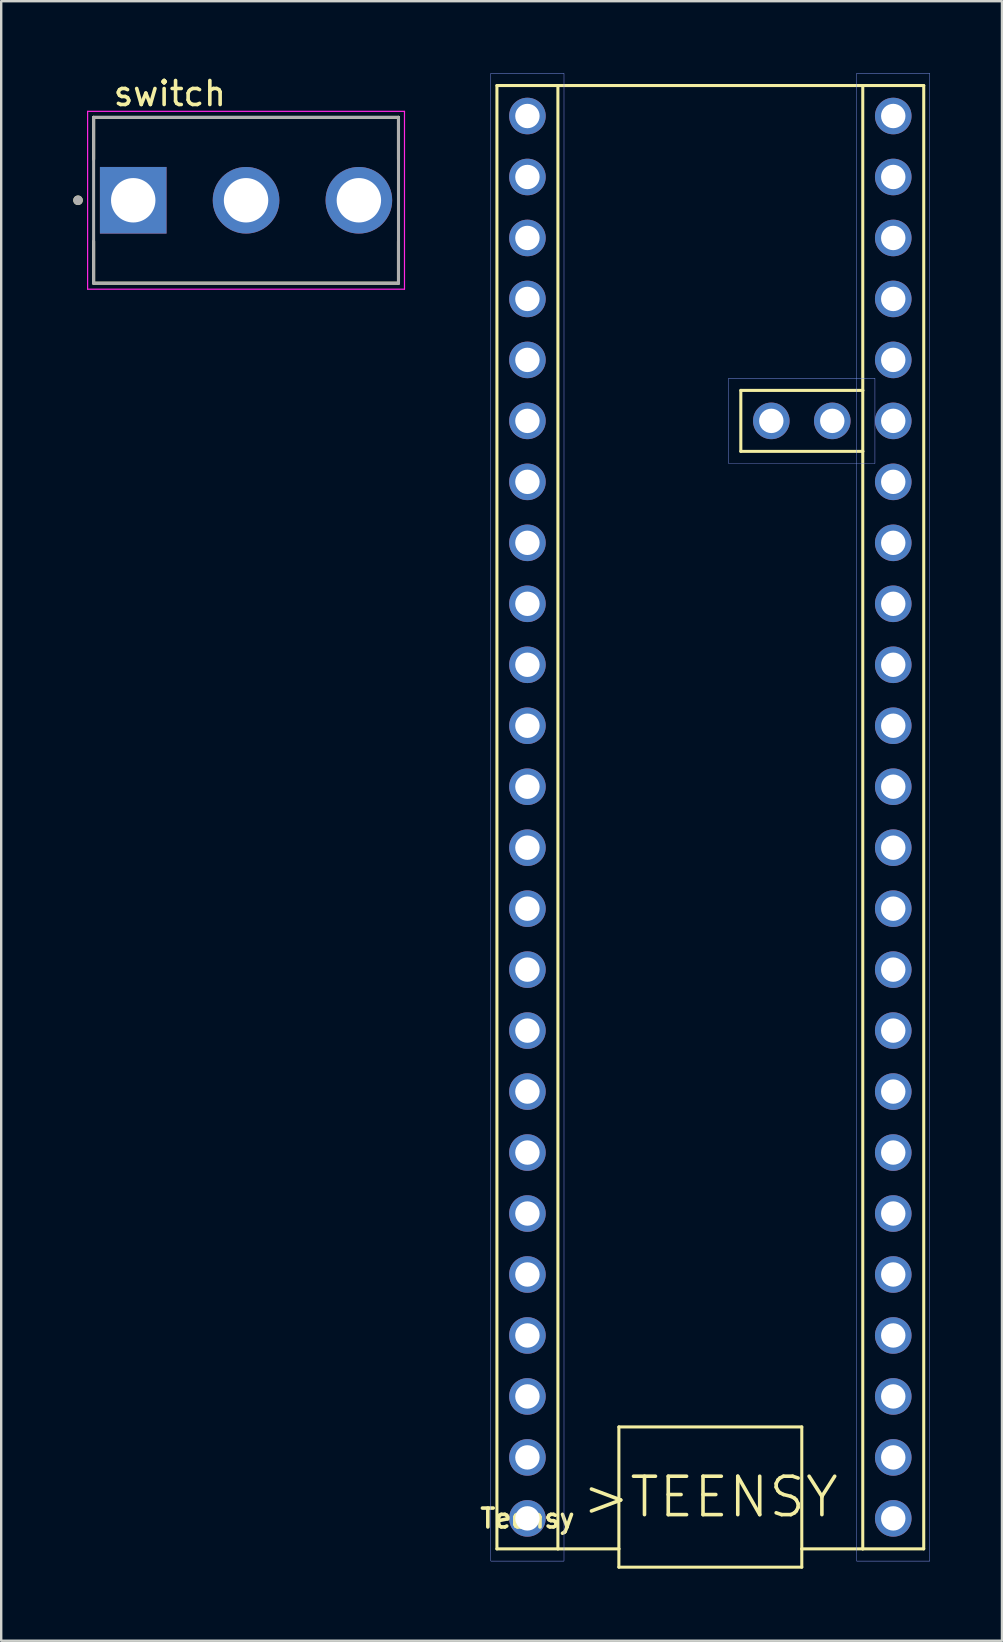
<source format=kicad_pcb>
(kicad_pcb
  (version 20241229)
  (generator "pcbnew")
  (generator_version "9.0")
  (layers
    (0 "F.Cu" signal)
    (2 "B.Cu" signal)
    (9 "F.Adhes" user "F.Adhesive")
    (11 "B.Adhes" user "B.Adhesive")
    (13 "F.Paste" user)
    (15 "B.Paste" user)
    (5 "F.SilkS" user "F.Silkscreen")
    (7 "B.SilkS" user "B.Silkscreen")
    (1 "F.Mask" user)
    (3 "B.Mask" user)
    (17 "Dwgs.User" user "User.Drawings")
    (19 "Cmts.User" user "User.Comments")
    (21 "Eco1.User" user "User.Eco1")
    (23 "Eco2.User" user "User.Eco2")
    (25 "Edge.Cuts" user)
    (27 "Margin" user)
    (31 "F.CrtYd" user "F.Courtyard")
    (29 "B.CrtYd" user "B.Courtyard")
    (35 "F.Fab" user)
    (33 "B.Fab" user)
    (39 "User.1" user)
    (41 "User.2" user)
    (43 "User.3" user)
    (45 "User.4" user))
  (footprint "Teensy"
    (layer "F.Cu")
    (at 18.921 60.203)
    (property "Reference" "Teensy" (at 0 0 0) (layer "F.SilkS") (effects (font (size 0.787 0.787) (thickness 0.15))))
    (attr through_hole)
    (fp_line (start -1.27 -59.69) (end 1.27 -59.69) (stroke (width 0.127) (type solid)) (layer "F.SilkS"))
    (fp_line (start -1.27 1.27) (end -1.27 -59.69) (stroke (width 0.127) (type solid)) (layer "F.SilkS"))
    (fp_line (start -1.27 1.27) (end 1.27 1.27) (stroke (width 0.127) (type solid)) (layer "F.SilkS"))
    (fp_line (start 1.27 -59.69) (end 13.97 -59.69) (stroke (width 0.127) (type solid)) (layer "F.SilkS"))
    (fp_line (start 1.27 1.27) (end 1.27 -59.69) (stroke (width 0.127) (type solid)) (layer "F.SilkS"))
    (fp_line (start 3.81 -3.81) (end 3.81 1.27) (stroke (width 0.127) (type solid)) (layer "F.SilkS"))
    (fp_line (start 3.81 1.27) (end 1.27 1.27) (stroke (width 0.127) (type solid)) (layer "F.SilkS"))
    (fp_line (start 3.81 2.032) (end 3.81 1.27) (stroke (width 0.127) (type solid)) (layer "F.SilkS"))
    (fp_line (start 8.89 -46.99) (end 8.89 -44.45) (stroke (width 0.127) (type solid)) (layer "F.SilkS"))
    (fp_line (start 8.89 -44.45) (end 13.97 -44.45) (stroke (width 0.127) (type solid)) (layer "F.SilkS"))
    (fp_line (start 11.43 -3.81) (end 3.81 -3.81) (stroke (width 0.127) (type solid)) (layer "F.SilkS"))
    (fp_line (start 11.43 1.27) (end 11.43 -3.81) (stroke (width 0.127) (type solid)) (layer "F.SilkS"))
    (fp_line (start 11.43 1.27) (end 11.43 2.032) (stroke (width 0.127) (type solid)) (layer "F.SilkS"))
    (fp_line (start 11.43 2.032) (end 3.81 2.032) (stroke (width 0.127) (type solid)) (layer "F.SilkS"))
    (fp_line (start 13.97 -59.69) (end 13.97 -46.99) (stroke (width 0.127) (type solid)) (layer "F.SilkS"))
    (fp_line (start 13.97 -46.99) (end 8.89 -46.99) (stroke (width 0.127) (type solid)) (layer "F.SilkS"))
    (fp_line (start 13.97 -46.99) (end 13.97 -44.45) (stroke (width 0.127) (type solid)) (layer "F.SilkS"))
    (fp_line (start 13.97 -44.45) (end 13.97 1.27) (stroke (width 0.127) (type solid)) (layer "F.SilkS"))
    (fp_line (start 13.97 1.27) (end 11.43 1.27) (stroke (width 0.127) (type solid)) (layer "F.SilkS"))
    (fp_line (start 16.51 -59.69) (end 13.97 -59.69) (stroke (width 0.127) (type solid)) (layer "F.SilkS"))
    (fp_line (start 16.51 -59.69) (end 16.51 1.27) (stroke (width 0.127) (type solid)) (layer "F.SilkS"))
    (fp_line (start 16.51 1.27) (end 13.97 1.27) (stroke (width 0.127) (type solid)) (layer "F.SilkS"))
    (fp_poly (pts (xy -1.524 -60.198) (xy 1.524 -60.198) (xy 1.524 1.778) (xy -1.524 1.778)) (stroke (width 0.01) (type solid)) (fill no) (layer "B.CrtYd"))
    (fp_poly (pts (xy 8.382 -47.498) (xy 14.478 -47.498) (xy 14.478 -43.942) (xy 8.382 -43.942)) (stroke (width 0.01) (type solid)) (fill no) (layer "B.CrtYd"))
    (fp_poly (pts (xy 13.716 -60.198) (xy 16.764 -60.198) (xy 16.764 1.778) (xy 13.716 1.778)) (stroke (width 0.01) (type solid)) (fill no) (layer "B.CrtYd"))
    (fp_poly (pts (xy -1.524 -60.198) (xy 1.524 -60.198) (xy 1.524 1.778) (xy -1.524 1.778)) (stroke (width 0.01) (type solid)) (fill no) (layer "F.CrtYd"))
    (fp_poly (pts (xy 8.382 -47.498) (xy 14.478 -47.498) (xy 14.478 -43.942) (xy 8.382 -43.942)) (stroke (width 0.01) (type solid)) (fill no) (layer "F.CrtYd"))
    (fp_poly (pts (xy 13.716 -60.198) (xy 16.764 -60.198) (xy 16.764 1.778) (xy 13.716 1.778)) (stroke (width 0.01) (type solid)) (fill no) (layer "F.CrtYd"))
    (fp_text user ">TEENSY" (at 7.62 -0.889 0) (layer "F.SilkS") (effects (font (size 1.6 1.6) (thickness 0.15))))
    (pad "3V3" thru_hole circle (at 0 -5.08) (size 1.524 1.524) (drill 1.016) (layers "*.Cu" "*.Mask"))
    (pad "3V3@2" thru_hole circle (at 15.24 -35.56) (size 1.524 1.524) (drill 1.016) (layers "*.Cu" "*.Mask"))
    (pad "3V3@3" thru_hole circle (at 10.16 -45.72) (size 1.524 1.524) (drill 1.016) (layers "*.Cu" "*.Mask"))
    (pad "AGND/GND" thru_hole circle (at 0 -2.54) (size 1.524 1.524) (drill 1.016) (layers "*.Cu" "*.Mask"))
    (pad "D0" thru_hole circle (at 15.24 -2.54) (size 1.524 1.524) (drill 1.016) (layers "*.Cu" "*.Mask"))
    (pad "D1" thru_hole circle (at 15.24 -5.08) (size 1.524 1.524) (drill 1.016) (layers "*.Cu" "*.Mask"))
    (pad "D2" thru_hole circle (at 15.24 -7.62) (size 1.524 1.524) (drill 1.016) (layers "*.Cu" "*.Mask"))
    (pad "D3" thru_hole circle (at 15.24 -10.16) (size 1.524 1.524) (drill 1.016) (layers "*.Cu" "*.Mask"))
    (pad "D4" thru_hole circle (at 15.24 -12.7) (size 1.524 1.524) (drill 1.016) (layers "*.Cu" "*.Mask"))
    (pad "D5" thru_hole circle (at 15.24 -15.24) (size 1.524 1.524) (drill 1.016) (layers "*.Cu" "*.Mask"))
    (pad "D6" thru_hole circle (at 15.24 -17.78) (size 1.524 1.524) (drill 1.016) (layers "*.Cu" "*.Mask"))
    (pad "D7" thru_hole circle (at 15.24 -20.32) (size 1.524 1.524) (drill 1.016) (layers "*.Cu" "*.Mask"))
    (pad "D8" thru_hole circle (at 15.24 -22.86) (size 1.524 1.524) (drill 1.016) (layers "*.Cu" "*.Mask"))
    (pad "D9" thru_hole circle (at 15.24 -25.4) (size 1.524 1.524) (drill 1.016) (layers "*.Cu" "*.Mask"))
    (pad "D10" thru_hole circle (at 15.24 -27.94) (size 1.524 1.524) (drill 1.016) (layers "*.Cu" "*.Mask"))
    (pad "D11" thru_hole circle (at 15.24 -30.48) (size 1.524 1.524) (drill 1.016) (layers "*.Cu" "*.Mask"))
    (pad "D12" thru_hole circle (at 15.24 -33.02) (size 1.524 1.524) (drill 1.016) (layers "*.Cu" "*.Mask"))
    (pad "D13" thru_hole circle (at 0 -33.02) (size 1.524 1.524) (drill 1.016) (layers "*.Cu" "*.Mask"))
    (pad "D14" thru_hole circle (at 0 -30.48) (size 1.524 1.524) (drill 1.016) (layers "*.Cu" "*.Mask"))
    (pad "D15" thru_hole circle (at 0 -27.94) (size 1.524 1.524) (drill 1.016) (layers "*.Cu" "*.Mask"))
    (pad "D16" thru_hole circle (at 0 -25.4) (size 1.524 1.524) (drill 1.016) (layers "*.Cu" "*.Mask"))
    (pad "D17" thru_hole circle (at 0 -22.86) (size 1.524 1.524) (drill 1.016) (layers "*.Cu" "*.Mask"))
    (pad "D18" thru_hole circle (at 0 -20.32) (size 1.524 1.524) (drill 1.016) (layers "*.Cu" "*.Mask"))
    (pad "D19" thru_hole circle (at 0 -17.78) (size 1.524 1.524) (drill 1.016) (layers "*.Cu" "*.Mask"))
    (pad "D20" thru_hole circle (at 0 -15.24) (size 1.524 1.524) (drill 1.016) (layers "*.Cu" "*.Mask"))
    (pad "D21" thru_hole circle (at 0 -12.7) (size 1.524 1.524) (drill 1.016) (layers "*.Cu" "*.Mask"))
    (pad "D22" thru_hole circle (at 0 -10.16) (size 1.524 1.524) (drill 1.016) (layers "*.Cu" "*.Mask"))
    (pad "D23" thru_hole circle (at 0 -7.62) (size 1.524 1.524) (drill 1.016) (layers "*.Cu" "*.Mask"))
    (pad "D24" thru_hole circle (at 15.24 -38.1) (size 1.524 1.524) (drill 1.016) (layers "*.Cu" "*.Mask"))
    (pad "D25" thru_hole circle (at 15.24 -40.64) (size 1.524 1.524) (drill 1.016) (layers "*.Cu" "*.Mask"))
    (pad "D26" thru_hole circle (at 15.24 -43.18) (size 1.524 1.524) (drill 1.016) (layers "*.Cu" "*.Mask"))
    (pad "D27" thru_hole circle (at 15.24 -45.72) (size 1.524 1.524) (drill 1.016) (layers "*.Cu" "*.Mask"))
    (pad "D28" thru_hole circle (at 15.24 -48.26) (size 1.524 1.524) (drill 1.016) (layers "*.Cu" "*.Mask"))
    (pad "D29" thru_hole circle (at 15.24 -50.8) (size 1.524 1.524) (drill 1.016) (layers "*.Cu" "*.Mask"))
    (pad "D30" thru_hole circle (at 15.24 -53.34) (size 1.524 1.524) (drill 1.016) (layers "*.Cu" "*.Mask"))
    (pad "D31" thru_hole circle (at 15.24 -55.88) (size 1.524 1.524) (drill 1.016) (layers "*.Cu" "*.Mask"))
    (pad "D32" thru_hole circle (at 15.24 -58.42) (size 1.524 1.524) (drill 1.016) (layers "*.Cu" "*.Mask"))
    (pad "D33" thru_hole circle (at 0 -58.42) (size 1.524 1.524) (drill 1.016) (layers "*.Cu" "*.Mask"))
    (pad "D34" thru_hole circle (at 0 -55.88) (size 1.524 1.524) (drill 1.016) (layers "*.Cu" "*.Mask"))
    (pad "D35" thru_hole circle (at 0 -53.34) (size 1.524 1.524) (drill 1.016) (layers "*.Cu" "*.Mask"))
    (pad "D36" thru_hole circle (at 0 -50.8) (size 1.524 1.524) (drill 1.016) (layers "*.Cu" "*.Mask"))
    (pad "D37" thru_hole circle (at 0 -48.26) (size 1.524 1.524) (drill 1.016) (layers "*.Cu" "*.Mask"))
    (pad "D38" thru_hole circle (at 0 -45.72) (size 1.524 1.524) (drill 1.016) (layers "*.Cu" "*.Mask"))
    (pad "D39" thru_hole circle (at 0 -43.18) (size 1.524 1.524) (drill 1.016) (layers "*.Cu" "*.Mask"))
    (pad "D40" thru_hole circle (at 0 -40.64) (size 1.524 1.524) (drill 1.016) (layers "*.Cu" "*.Mask"))
    (pad "D41" thru_hole circle (at 0 -38.1) (size 1.524 1.524) (drill 1.016) (layers "*.Cu" "*.Mask"))
    (pad "GND" thru_hole circle (at 15.24 0) (size 1.524 1.524) (drill 1.016) (layers "*.Cu" "*.Mask"))
    (pad "GND@2" thru_hole circle (at 0 -35.56) (size 1.524 1.524) (drill 1.016) (layers "*.Cu" "*.Mask"))
    (pad "VBAT" thru_hole circle (at 12.7 -45.72) (size 1.524 1.524) (drill 1.016) (layers "*.Cu" "*.Mask"))
    (pad "VIN" thru_hole circle (at 0 0) (size 1.524 1.524) (drill 1.016) (layers "*.Cu" "*.Mask")))
  (footprint "switch"
    (layer "F.Cu")
    (at 7.2 5.293)
    (property "Reference" "switch" (at -3.175 -4.445 0) (layer "F.SilkS") (effects (font (size 1 1) (thickness 0.15))))
    (attr through_hole)
    (fp_line (start -6.35 -3.454) (end 6.35 -3.454) (stroke (width 0.127) (type solid)) (layer "F.SilkS"))
    (fp_line (start -6.35 -1.708) (end -6.35 -3.454) (stroke (width 0.127) (type solid)) (layer "F.SilkS"))
    (fp_line (start -6.35 3.454) (end -6.35 1.708) (stroke (width 0.127) (type solid)) (layer "F.SilkS"))
    (fp_line (start 6.35 -3.454) (end 6.35 -1.708) (stroke (width 0.127) (type solid)) (layer "F.SilkS"))
    (fp_line (start 6.35 3.454) (end -6.35 3.454) (stroke (width 0.127) (type solid)) (layer "F.SilkS"))
    (fp_line (start 6.35 3.454) (end 6.35 1.708) (stroke (width 0.127) (type solid)) (layer "F.SilkS"))
    (fp_circle (center -7 0) (end -6.9 0) (stroke (width 0.2) (type solid)) (fill no) (layer "F.SilkS"))
    (fp_line (start -6.6 -3.704) (end -6.6 3.704) (stroke (width 0.05) (type solid)) (layer "F.CrtYd"))
    (fp_line (start -6.6 3.704) (end 6.6 3.704) (stroke (width 0.05) (type solid)) (layer "F.CrtYd"))
    (fp_line (start 6.6 -3.704) (end -6.6 -3.704) (stroke (width 0.05) (type solid)) (layer "F.CrtYd"))
    (fp_line (start 6.6 3.704) (end 6.6 -3.704) (stroke (width 0.05) (type solid)) (layer "F.CrtYd"))
    (fp_line (start -6.35 -3.454) (end 6.35 -3.454) (stroke (width 0.127) (type solid)) (layer "F.Fab"))
    (fp_line (start -6.35 3.454) (end -6.35 -3.454) (stroke (width 0.127) (type solid)) (layer "F.Fab"))
    (fp_line (start 6.35 -3.454) (end 6.35 3.454) (stroke (width 0.127) (type solid)) (layer "F.Fab"))
    (fp_line (start 6.35 3.454) (end -6.35 3.454) (stroke (width 0.127) (type solid)) (layer "F.Fab"))
    (fp_circle (center -7 0) (end -6.9 0) (stroke (width 0.2) (type solid)) (fill no) (layer "F.Fab"))
    (pad "1" thru_hole rect (at -4.7 0) (size 2.775 2.775) (drill 1.85) (layers "*.Cu" "*.Mask"))
    (pad "2" thru_hole circle (at 0 0) (size 2.775 2.775) (drill 1.85) (layers "*.Cu" "*.Mask"))
    (pad "3" thru_hole circle (at 4.7 0) (size 2.775 2.775) (drill 1.85) (layers "*.Cu" "*.Mask")))
  (gr_rect
    (start -3 -3)
    (end 38.69 65.299)
    (stroke (width 0.1) (type default))
    (fill no)
    (layer "Edge.Cuts")))
</source>
